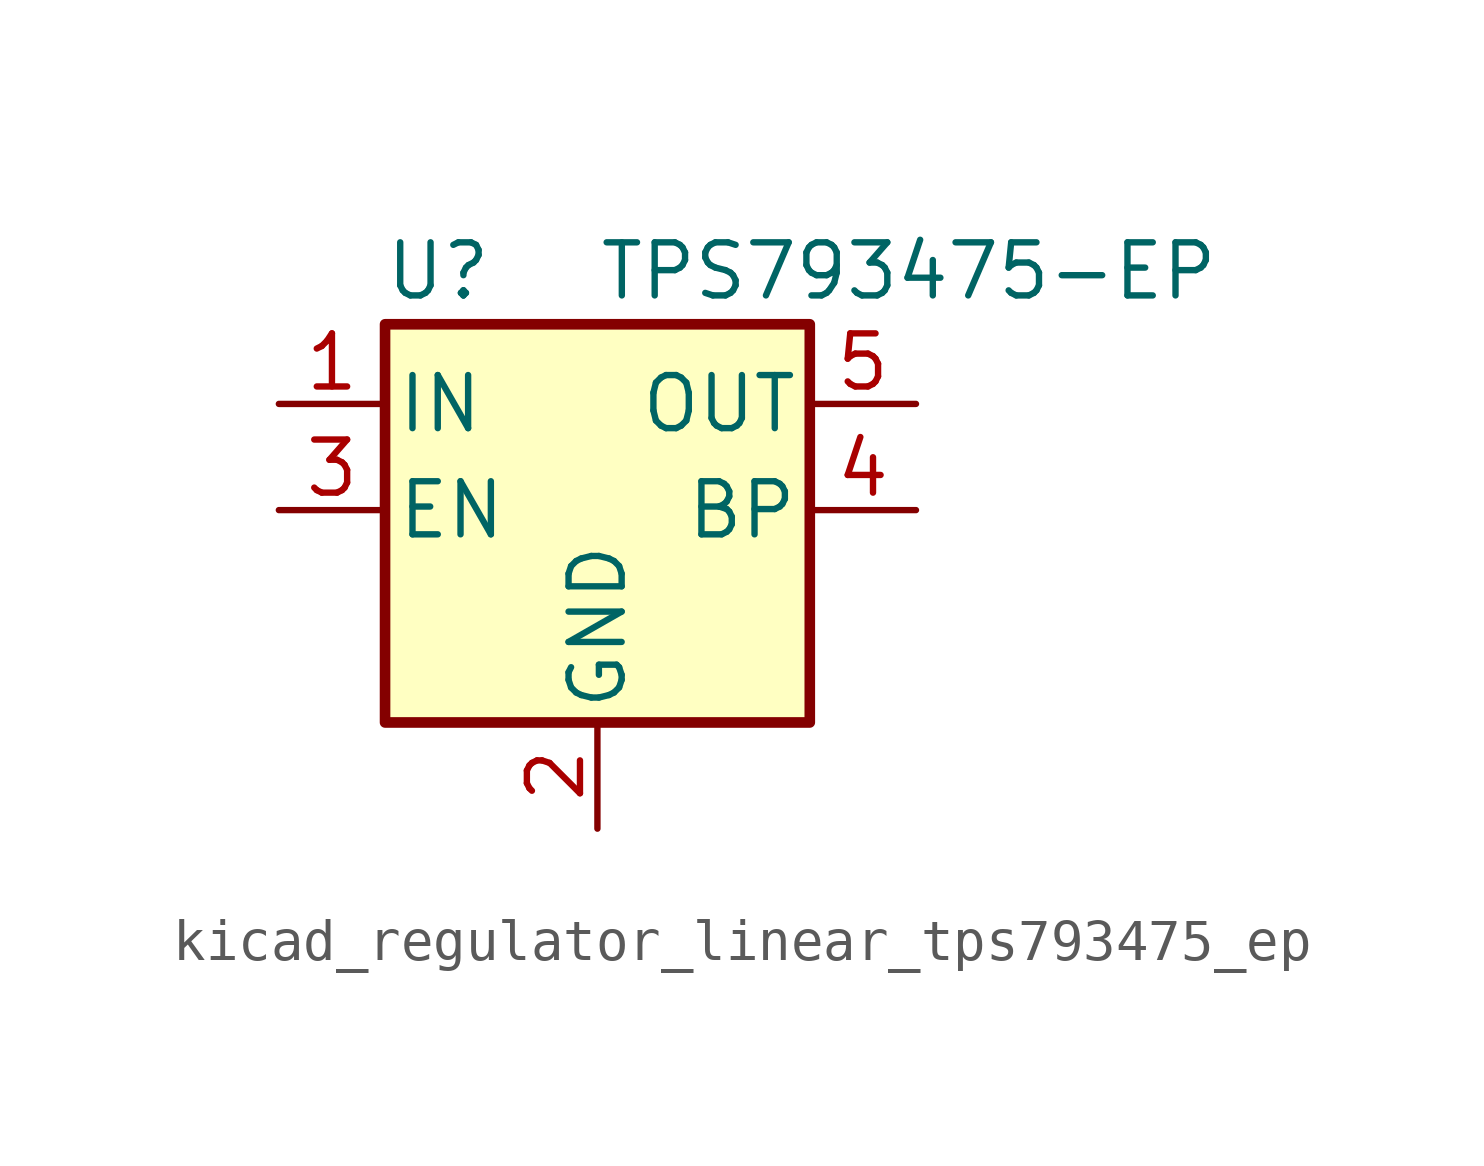
<source format=kicad_sym>
(kicad_symbol_lib
  (version 20220914)
  (generator kicad_symbol_editor)
  (symbol "kicad_regulator_linear_tps793475_ep"
    (pin_names
      (offset 0.254))
    (property "Reference" "U"
      (at -3.81 5.715 0)
      (effects (font (size 1.27 1.27))))
    (property "Value" "TPS793475-EP"
      (at 0 5.715 0)
      (effects (font (size 1.27 1.27)) (justify left)))
    (symbol "kicad_regulator_linear_tps793475_ep_1_1"
      (rectangle (start 5.08 -5.08) (end -5.08 4.445) (stroke (width 0.254) (type default)) (fill (type background)))
      (pin power_in line (at -7.62 2.54 0) (length 2.54) (name "IN" (effects (font (size 1.27 1.27)))) (number "1" (effects (font (size 1.27 1.27)))))
      (pin power_in line (at 0 -7.62 90) (length 2.54) (name "GND" (effects (font (size 1.27 1.27)))) (number "2" (effects (font (size 1.27 1.27)))))
      (pin input line (at -7.62 0 0) (length 2.54) (name "EN" (effects (font (size 1.27 1.27)))) (number "3" (effects (font (size 1.27 1.27)))))
      (pin bidirectional line (at 7.62 0 180) (length 2.54) (name "BP" (effects (font (size 1.27 1.27)))) (number "4" (effects (font (size 1.27 1.27)))))
      (pin power_out line (at 7.62 2.54 180) (length 2.54) (name "OUT" (effects (font (size 1.27 1.27)))) (number "5" (effects (font (size 1.27 1.27))))))))
</source>
